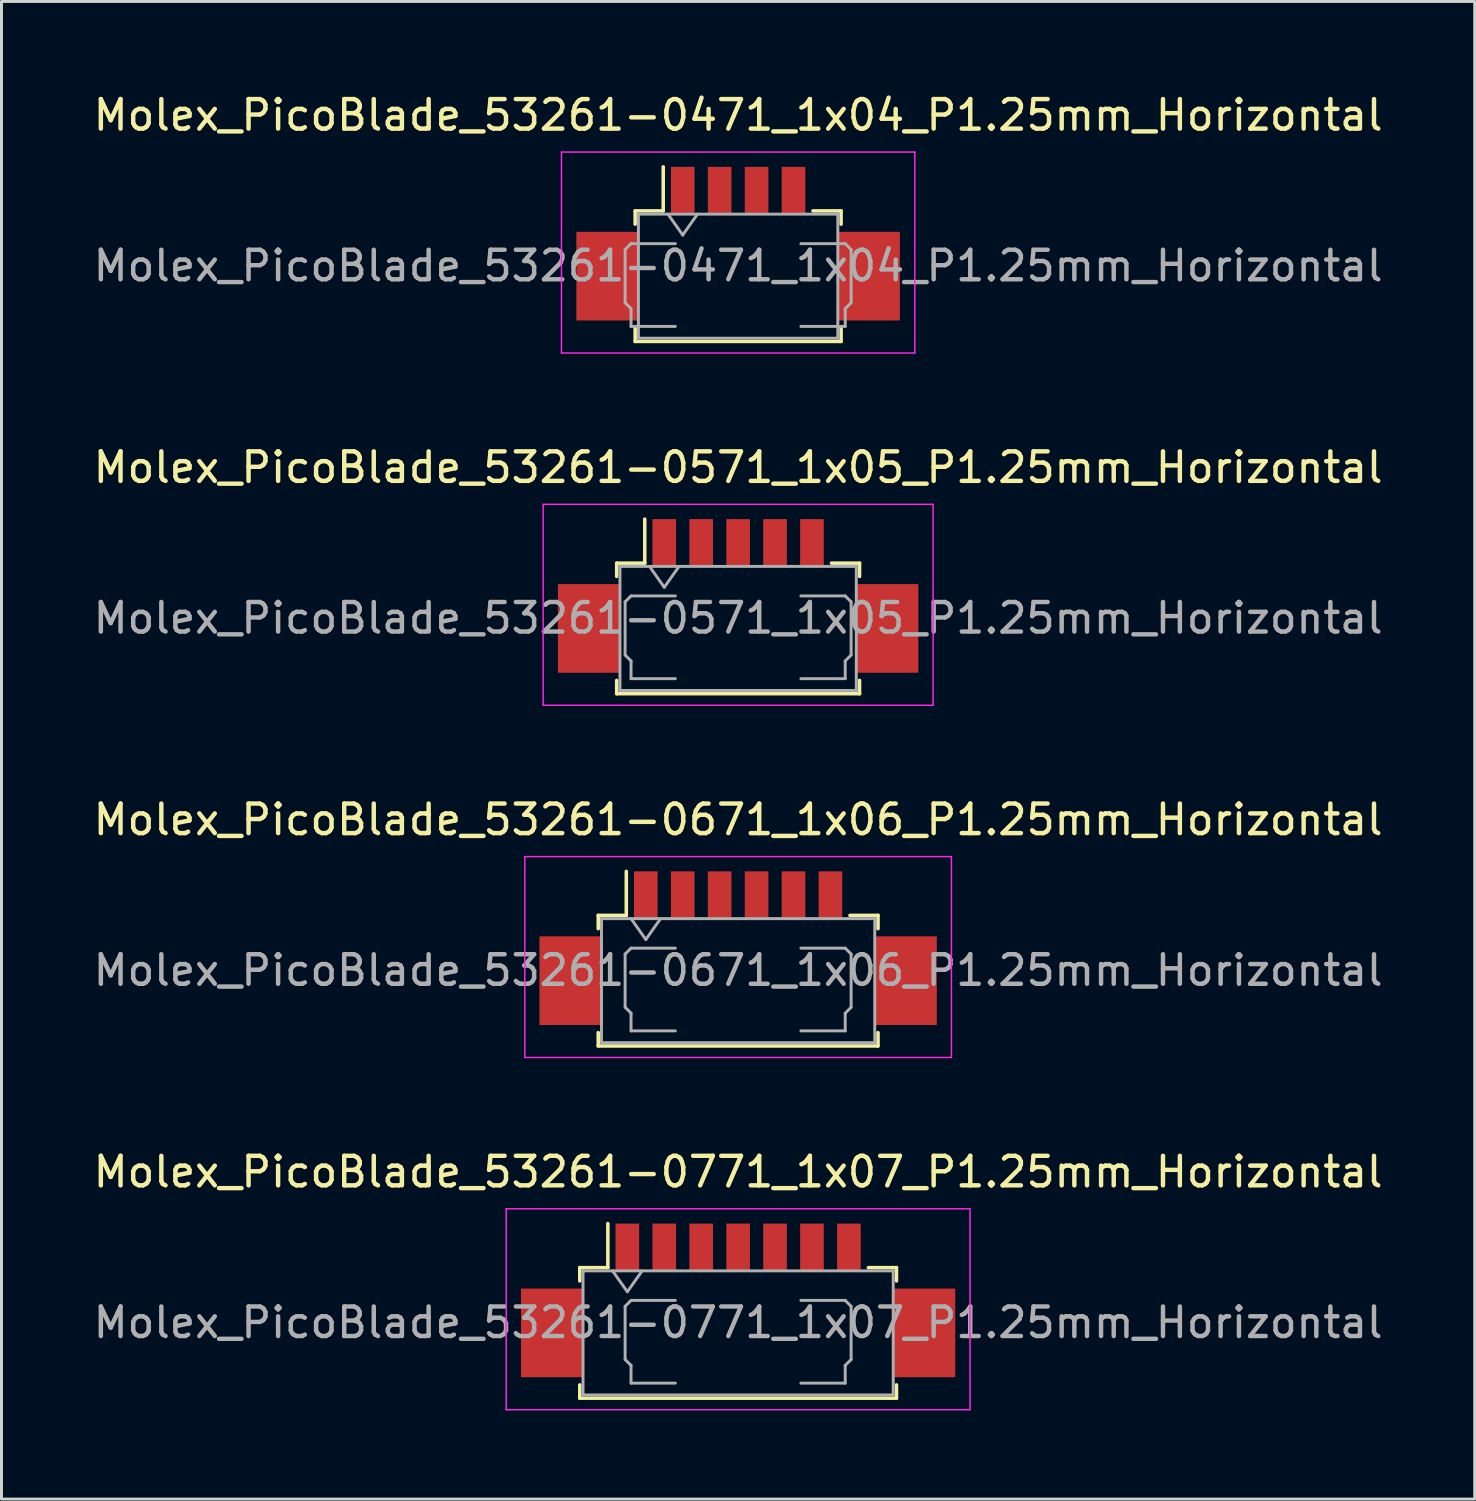
<source format=kicad_pcb>
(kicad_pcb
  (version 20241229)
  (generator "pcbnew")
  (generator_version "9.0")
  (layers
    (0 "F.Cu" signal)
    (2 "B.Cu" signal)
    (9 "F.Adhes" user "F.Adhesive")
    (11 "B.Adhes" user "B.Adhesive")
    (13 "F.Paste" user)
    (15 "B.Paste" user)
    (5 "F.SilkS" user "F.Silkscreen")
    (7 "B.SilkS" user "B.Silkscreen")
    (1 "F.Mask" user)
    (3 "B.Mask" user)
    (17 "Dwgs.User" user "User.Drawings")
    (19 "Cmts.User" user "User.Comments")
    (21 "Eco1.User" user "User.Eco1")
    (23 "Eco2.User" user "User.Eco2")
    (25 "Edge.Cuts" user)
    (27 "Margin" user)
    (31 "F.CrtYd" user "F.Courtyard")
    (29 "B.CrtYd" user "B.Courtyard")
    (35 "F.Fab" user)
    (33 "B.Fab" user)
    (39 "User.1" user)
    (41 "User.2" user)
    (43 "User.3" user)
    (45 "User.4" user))
  (footprint "Molex_PicoBlade_53261-0771_1x07_P1.25mm_Horizontal"
    (layer "F.Cu")
    (at 21.935 40.968)
    (property "Reference" "Molex_PicoBlade_53261-0771_1x07_P1.25mm_Horizontal" (at 0 -4.35 0) (layer "F.SilkS") (effects (font (size 1 1) (thickness 0.15))))
    (attr smd)
    (fp_line (start -5.36 -1.11) (end -4.41 -1.11) (stroke (width 0.12) (type solid)) (layer "F.SilkS"))
    (fp_line (start -5.36 -0.66) (end -5.36 -1.11) (stroke (width 0.12) (type solid)) (layer "F.SilkS"))
    (fp_line (start -5.36 2.86) (end -5.36 3.31) (stroke (width 0.12) (type solid)) (layer "F.SilkS"))
    (fp_line (start -5.36 3.31) (end 5.36 3.31) (stroke (width 0.12) (type solid)) (layer "F.SilkS"))
    (fp_line (start -4.41 -1.11) (end -4.41 -2.6) (stroke (width 0.12) (type solid)) (layer "F.SilkS"))
    (fp_line (start 5.36 -1.11) (end 4.41 -1.11) (stroke (width 0.12) (type solid)) (layer "F.SilkS"))
    (fp_line (start 5.36 -0.66) (end 5.36 -1.11) (stroke (width 0.12) (type solid)) (layer "F.SilkS"))
    (fp_line (start 5.36 3.31) (end 5.36 2.86) (stroke (width 0.12) (type solid)) (layer "F.SilkS"))
    (fp_line (start -7.85 -3.1) (end -7.85 3.7) (stroke (width 0.05) (type solid)) (layer "F.CrtYd"))
    (fp_line (start -7.85 3.7) (end 7.85 3.7) (stroke (width 0.05) (type solid)) (layer "F.CrtYd"))
    (fp_line (start 7.85 -3.1) (end -7.85 -3.1) (stroke (width 0.05) (type solid)) (layer "F.CrtYd"))
    (fp_line (start 7.85 3.7) (end 7.85 -3.1) (stroke (width 0.05) (type solid)) (layer "F.CrtYd"))
    (fp_line (start -5.25 -1) (end -5.25 3.2) (stroke (width 0.1) (type solid)) (layer "F.Fab"))
    (fp_line (start -5.25 -1) (end 5.25 -1) (stroke (width 0.1) (type solid)) (layer "F.Fab"))
    (fp_line (start -5.25 3.2) (end 5.25 3.2) (stroke (width 0.1) (type solid)) (layer "F.Fab"))
    (fp_line (start -4.25 -1) (end -3.75 -0.293) (stroke (width 0.1) (type solid)) (layer "F.Fab"))
    (fp_line (start -3.825 0.2) (end -3.825 2) (stroke (width 0.1) (type solid)) (layer "F.Fab"))
    (fp_line (start -3.825 2) (end -3.625 2.2) (stroke (width 0.1) (type solid)) (layer "F.Fab"))
    (fp_line (start -3.75 -0.293) (end -3.25 -1) (stroke (width 0.1) (type solid)) (layer "F.Fab"))
    (fp_line (start -3.625 0) (end -3.825 0.2) (stroke (width 0.1) (type solid)) (layer "F.Fab"))
    (fp_line (start -3.625 2.2) (end -3.625 2.8) (stroke (width 0.1) (type solid)) (layer "F.Fab"))
    (fp_line (start -3.625 2.8) (end -2.125 2.8) (stroke (width 0.1) (type solid)) (layer "F.Fab"))
    (fp_line (start -2.125 0) (end -3.625 0) (stroke (width 0.1) (type solid)) (layer "F.Fab"))
    (fp_line (start 2.125 0) (end 3.625 0) (stroke (width 0.1) (type solid)) (layer "F.Fab"))
    (fp_line (start 3.625 0) (end 3.825 0.2) (stroke (width 0.1) (type solid)) (layer "F.Fab"))
    (fp_line (start 3.625 2.2) (end 3.625 2.8) (stroke (width 0.1) (type solid)) (layer "F.Fab"))
    (fp_line (start 3.625 2.8) (end 2.125 2.8) (stroke (width 0.1) (type solid)) (layer "F.Fab"))
    (fp_line (start 3.825 0.2) (end 3.825 2) (stroke (width 0.1) (type solid)) (layer "F.Fab"))
    (fp_line (start 3.825 2) (end 3.625 2.2) (stroke (width 0.1) (type solid)) (layer "F.Fab"))
    (fp_line (start 5.25 -1) (end 5.25 3.2) (stroke (width 0.1) (type solid)) (layer "F.Fab"))
    (fp_text user "${REFERENCE}" (at 0 0.75 0) (layer "F.Fab") (effects (font (size 1 1) (thickness 0.15))))
    (pad "" smd rect (at -6.3 1.1) (size 2.1 3) (layers "F.Cu" "F.Mask" "F.Paste"))
    (pad "" smd rect (at 6.3 1.1) (size 2.1 3) (layers "F.Cu" "F.Mask" "F.Paste"))
    (pad "1" smd rect (at -3.75 -1.8) (size 0.8 1.6) (layers "F.Cu" "F.Mask" "F.Paste"))
    (pad "2" smd rect (at -2.5 -1.8) (size 0.8 1.6) (layers "F.Cu" "F.Mask" "F.Paste"))
    (pad "3" smd rect (at -1.25 -1.8) (size 0.8 1.6) (layers "F.Cu" "F.Mask" "F.Paste"))
    (pad "4" smd rect (at 0 -1.8) (size 0.8 1.6) (layers "F.Cu" "F.Mask" "F.Paste"))
    (pad "5" smd rect (at 1.25 -1.8) (size 0.8 1.6) (layers "F.Cu" "F.Mask" "F.Paste"))
    (pad "6" smd rect (at 2.5 -1.8) (size 0.8 1.6) (layers "F.Cu" "F.Mask" "F.Paste"))
    (pad "7" smd rect (at 3.75 -1.8) (size 0.8 1.6) (layers "F.Cu" "F.Mask" "F.Paste")))
  (footprint "Molex_PicoBlade_53261-0571_1x05_P1.25mm_Horizontal"
    (layer "F.Cu")
    (at 21.935 17.122)
    (property "Reference" "Molex_PicoBlade_53261-0571_1x05_P1.25mm_Horizontal" (at 0 -4.35 0) (layer "F.SilkS") (effects (font (size 1 1) (thickness 0.15))))
    (attr smd)
    (fp_line (start -4.11 -1.11) (end -3.16 -1.11) (stroke (width 0.12) (type solid)) (layer "F.SilkS"))
    (fp_line (start -4.11 -0.66) (end -4.11 -1.11) (stroke (width 0.12) (type solid)) (layer "F.SilkS"))
    (fp_line (start -4.11 2.86) (end -4.11 3.31) (stroke (width 0.12) (type solid)) (layer "F.SilkS"))
    (fp_line (start -4.11 3.31) (end 4.11 3.31) (stroke (width 0.12) (type solid)) (layer "F.SilkS"))
    (fp_line (start -3.16 -1.11) (end -3.16 -2.6) (stroke (width 0.12) (type solid)) (layer "F.SilkS"))
    (fp_line (start 4.11 -1.11) (end 3.16 -1.11) (stroke (width 0.12) (type solid)) (layer "F.SilkS"))
    (fp_line (start 4.11 -0.66) (end 4.11 -1.11) (stroke (width 0.12) (type solid)) (layer "F.SilkS"))
    (fp_line (start 4.11 3.31) (end 4.11 2.86) (stroke (width 0.12) (type solid)) (layer "F.SilkS"))
    (fp_line (start -6.6 -3.1) (end -6.6 3.7) (stroke (width 0.05) (type solid)) (layer "F.CrtYd"))
    (fp_line (start -6.6 3.7) (end 6.6 3.7) (stroke (width 0.05) (type solid)) (layer "F.CrtYd"))
    (fp_line (start 6.6 -3.1) (end -6.6 -3.1) (stroke (width 0.05) (type solid)) (layer "F.CrtYd"))
    (fp_line (start 6.6 3.7) (end 6.6 -3.1) (stroke (width 0.05) (type solid)) (layer "F.CrtYd"))
    (fp_line (start -4 -1) (end -4 3.2) (stroke (width 0.1) (type solid)) (layer "F.Fab"))
    (fp_line (start -4 -1) (end 4 -1) (stroke (width 0.1) (type solid)) (layer "F.Fab"))
    (fp_line (start -4 3.2) (end 4 3.2) (stroke (width 0.1) (type solid)) (layer "F.Fab"))
    (fp_line (start -3.825 0.2) (end -3.825 2) (stroke (width 0.1) (type solid)) (layer "F.Fab"))
    (fp_line (start -3.825 2) (end -3.625 2.2) (stroke (width 0.1) (type solid)) (layer "F.Fab"))
    (fp_line (start -3.625 0) (end -3.825 0.2) (stroke (width 0.1) (type solid)) (layer "F.Fab"))
    (fp_line (start -3.625 2.2) (end -3.625 2.8) (stroke (width 0.1) (type solid)) (layer "F.Fab"))
    (fp_line (start -3.625 2.8) (end -2.125 2.8) (stroke (width 0.1) (type solid)) (layer "F.Fab"))
    (fp_line (start -3 -1) (end -2.5 -0.293) (stroke (width 0.1) (type solid)) (layer "F.Fab"))
    (fp_line (start -2.5 -0.293) (end -2 -1) (stroke (width 0.1) (type solid)) (layer "F.Fab"))
    (fp_line (start -2.125 0) (end -3.625 0) (stroke (width 0.1) (type solid)) (layer "F.Fab"))
    (fp_line (start 2.125 0) (end 3.625 0) (stroke (width 0.1) (type solid)) (layer "F.Fab"))
    (fp_line (start 3.625 0) (end 3.825 0.2) (stroke (width 0.1) (type solid)) (layer "F.Fab"))
    (fp_line (start 3.625 2.2) (end 3.625 2.8) (stroke (width 0.1) (type solid)) (layer "F.Fab"))
    (fp_line (start 3.625 2.8) (end 2.125 2.8) (stroke (width 0.1) (type solid)) (layer "F.Fab"))
    (fp_line (start 3.825 0.2) (end 3.825 2) (stroke (width 0.1) (type solid)) (layer "F.Fab"))
    (fp_line (start 3.825 2) (end 3.625 2.2) (stroke (width 0.1) (type solid)) (layer "F.Fab"))
    (fp_line (start 4 -1) (end 4 3.2) (stroke (width 0.1) (type solid)) (layer "F.Fab"))
    (fp_text user "${REFERENCE}" (at 0 0.75 0) (layer "F.Fab") (effects (font (size 1 1) (thickness 0.15))))
    (pad "" smd rect (at -5.05 1.1) (size 2.1 3) (layers "F.Cu" "F.Mask" "F.Paste"))
    (pad "" smd rect (at 5.05 1.1) (size 2.1 3) (layers "F.Cu" "F.Mask" "F.Paste"))
    (pad "1" smd rect (at -2.5 -1.8) (size 0.8 1.6) (layers "F.Cu" "F.Mask" "F.Paste"))
    (pad "2" smd rect (at -1.25 -1.8) (size 0.8 1.6) (layers "F.Cu" "F.Mask" "F.Paste"))
    (pad "3" smd rect (at 0 -1.8) (size 0.8 1.6) (layers "F.Cu" "F.Mask" "F.Paste"))
    (pad "4" smd rect (at 1.25 -1.8) (size 0.8 1.6) (layers "F.Cu" "F.Mask" "F.Paste"))
    (pad "5" smd rect (at 2.5 -1.8) (size 0.8 1.6) (layers "F.Cu" "F.Mask" "F.Paste")))
  (footprint "Molex_PicoBlade_53261-0671_1x06_P1.25mm_Horizontal"
    (layer "F.Cu")
    (at 21.935 29.045)
    (property "Reference" "Molex_PicoBlade_53261-0671_1x06_P1.25mm_Horizontal" (at 0 -4.35 0) (layer "F.SilkS") (effects (font (size 1 1) (thickness 0.15))))
    (attr smd)
    (fp_line (start -4.735 -1.11) (end -3.785 -1.11) (stroke (width 0.12) (type solid)) (layer "F.SilkS"))
    (fp_line (start -4.735 -0.66) (end -4.735 -1.11) (stroke (width 0.12) (type solid)) (layer "F.SilkS"))
    (fp_line (start -4.735 2.86) (end -4.735 3.31) (stroke (width 0.12) (type solid)) (layer "F.SilkS"))
    (fp_line (start -4.735 3.31) (end 4.735 3.31) (stroke (width 0.12) (type solid)) (layer "F.SilkS"))
    (fp_line (start -3.785 -1.11) (end -3.785 -2.6) (stroke (width 0.12) (type solid)) (layer "F.SilkS"))
    (fp_line (start 4.735 -1.11) (end 3.785 -1.11) (stroke (width 0.12) (type solid)) (layer "F.SilkS"))
    (fp_line (start 4.735 -0.66) (end 4.735 -1.11) (stroke (width 0.12) (type solid)) (layer "F.SilkS"))
    (fp_line (start 4.735 3.31) (end 4.735 2.86) (stroke (width 0.12) (type solid)) (layer "F.SilkS"))
    (fp_line (start -7.22 -3.1) (end -7.22 3.7) (stroke (width 0.05) (type solid)) (layer "F.CrtYd"))
    (fp_line (start -7.22 3.7) (end 7.22 3.7) (stroke (width 0.05) (type solid)) (layer "F.CrtYd"))
    (fp_line (start 7.22 -3.1) (end -7.22 -3.1) (stroke (width 0.05) (type solid)) (layer "F.CrtYd"))
    (fp_line (start 7.22 3.7) (end 7.22 -3.1) (stroke (width 0.05) (type solid)) (layer "F.CrtYd"))
    (fp_line (start -4.625 -1) (end -4.625 3.2) (stroke (width 0.1) (type solid)) (layer "F.Fab"))
    (fp_line (start -4.625 -1) (end 4.625 -1) (stroke (width 0.1) (type solid)) (layer "F.Fab"))
    (fp_line (start -4.625 3.2) (end 4.625 3.2) (stroke (width 0.1) (type solid)) (layer "F.Fab"))
    (fp_line (start -3.825 0.2) (end -3.825 2) (stroke (width 0.1) (type solid)) (layer "F.Fab"))
    (fp_line (start -3.825 2) (end -3.625 2.2) (stroke (width 0.1) (type solid)) (layer "F.Fab"))
    (fp_line (start -3.625 -1) (end -3.125 -0.293) (stroke (width 0.1) (type solid)) (layer "F.Fab"))
    (fp_line (start -3.625 0) (end -3.825 0.2) (stroke (width 0.1) (type solid)) (layer "F.Fab"))
    (fp_line (start -3.625 2.2) (end -3.625 2.8) (stroke (width 0.1) (type solid)) (layer "F.Fab"))
    (fp_line (start -3.625 2.8) (end -2.125 2.8) (stroke (width 0.1) (type solid)) (layer "F.Fab"))
    (fp_line (start -3.125 -0.293) (end -2.625 -1) (stroke (width 0.1) (type solid)) (layer "F.Fab"))
    (fp_line (start -2.125 0) (end -3.625 0) (stroke (width 0.1) (type solid)) (layer "F.Fab"))
    (fp_line (start 2.125 0) (end 3.625 0) (stroke (width 0.1) (type solid)) (layer "F.Fab"))
    (fp_line (start 3.625 0) (end 3.825 0.2) (stroke (width 0.1) (type solid)) (layer "F.Fab"))
    (fp_line (start 3.625 2.2) (end 3.625 2.8) (stroke (width 0.1) (type solid)) (layer "F.Fab"))
    (fp_line (start 3.625 2.8) (end 2.125 2.8) (stroke (width 0.1) (type solid)) (layer "F.Fab"))
    (fp_line (start 3.825 0.2) (end 3.825 2) (stroke (width 0.1) (type solid)) (layer "F.Fab"))
    (fp_line (start 3.825 2) (end 3.625 2.2) (stroke (width 0.1) (type solid)) (layer "F.Fab"))
    (fp_line (start 4.625 -1) (end 4.625 3.2) (stroke (width 0.1) (type solid)) (layer "F.Fab"))
    (fp_text user "${REFERENCE}" (at 0 0.75 0) (layer "F.Fab") (effects (font (size 1 1) (thickness 0.15))))
    (pad "" smd rect (at -5.675 1.1) (size 2.1 3) (layers "F.Cu" "F.Mask" "F.Paste"))
    (pad "" smd rect (at 5.675 1.1) (size 2.1 3) (layers "F.Cu" "F.Mask" "F.Paste"))
    (pad "1" smd rect (at -3.125 -1.8) (size 0.8 1.6) (layers "F.Cu" "F.Mask" "F.Paste"))
    (pad "2" smd rect (at -1.875 -1.8) (size 0.8 1.6) (layers "F.Cu" "F.Mask" "F.Paste"))
    (pad "3" smd rect (at -0.625 -1.8) (size 0.8 1.6) (layers "F.Cu" "F.Mask" "F.Paste"))
    (pad "4" smd rect (at 0.625 -1.8) (size 0.8 1.6) (layers "F.Cu" "F.Mask" "F.Paste"))
    (pad "5" smd rect (at 1.875 -1.8) (size 0.8 1.6) (layers "F.Cu" "F.Mask" "F.Paste"))
    (pad "6" smd rect (at 3.125 -1.8) (size 0.8 1.6) (layers "F.Cu" "F.Mask" "F.Paste")))
  (footprint "Molex_PicoBlade_53261-0471_1x04_P1.25mm_Horizontal"
    (layer "F.Cu")
    (at 21.935 5.198)
    (property "Reference" "Molex_PicoBlade_53261-0471_1x04_P1.25mm_Horizontal" (at 0 -4.35 0) (layer "F.SilkS") (effects (font (size 1 1) (thickness 0.15))))
    (attr smd)
    (fp_line (start -3.485 -1.11) (end -2.535 -1.11) (stroke (width 0.12) (type solid)) (layer "F.SilkS"))
    (fp_line (start -3.485 -0.66) (end -3.485 -1.11) (stroke (width 0.12) (type solid)) (layer "F.SilkS"))
    (fp_line (start -3.485 2.86) (end -3.485 3.31) (stroke (width 0.12) (type solid)) (layer "F.SilkS"))
    (fp_line (start -3.485 3.31) (end 3.485 3.31) (stroke (width 0.12) (type solid)) (layer "F.SilkS"))
    (fp_line (start -2.535 -1.11) (end -2.535 -2.6) (stroke (width 0.12) (type solid)) (layer "F.SilkS"))
    (fp_line (start 3.485 -1.11) (end 2.535 -1.11) (stroke (width 0.12) (type solid)) (layer "F.SilkS"))
    (fp_line (start 3.485 -0.66) (end 3.485 -1.11) (stroke (width 0.12) (type solid)) (layer "F.SilkS"))
    (fp_line (start 3.485 3.31) (end 3.485 2.86) (stroke (width 0.12) (type solid)) (layer "F.SilkS"))
    (fp_line (start -5.98 -3.1) (end -5.98 3.7) (stroke (width 0.05) (type solid)) (layer "F.CrtYd"))
    (fp_line (start -5.98 3.7) (end 5.98 3.7) (stroke (width 0.05) (type solid)) (layer "F.CrtYd"))
    (fp_line (start 5.98 -3.1) (end -5.98 -3.1) (stroke (width 0.05) (type solid)) (layer "F.CrtYd"))
    (fp_line (start 5.98 3.7) (end 5.98 -3.1) (stroke (width 0.05) (type solid)) (layer "F.CrtYd"))
    (fp_line (start -3.825 0.2) (end -3.825 2) (stroke (width 0.1) (type solid)) (layer "F.Fab"))
    (fp_line (start -3.825 2) (end -3.625 2.2) (stroke (width 0.1) (type solid)) (layer "F.Fab"))
    (fp_line (start -3.625 0) (end -3.825 0.2) (stroke (width 0.1) (type solid)) (layer "F.Fab"))
    (fp_line (start -3.625 2.2) (end -3.625 2.8) (stroke (width 0.1) (type solid)) (layer "F.Fab"))
    (fp_line (start -3.625 2.8) (end -2.125 2.8) (stroke (width 0.1) (type solid)) (layer "F.Fab"))
    (fp_line (start -3.375 -1) (end -3.375 3.2) (stroke (width 0.1) (type solid)) (layer "F.Fab"))
    (fp_line (start -3.375 -1) (end 3.375 -1) (stroke (width 0.1) (type solid)) (layer "F.Fab"))
    (fp_line (start -3.375 3.2) (end 3.375 3.2) (stroke (width 0.1) (type solid)) (layer "F.Fab"))
    (fp_line (start -2.375 -1) (end -1.875 -0.293) (stroke (width 0.1) (type solid)) (layer "F.Fab"))
    (fp_line (start -2.125 0) (end -3.625 0) (stroke (width 0.1) (type solid)) (layer "F.Fab"))
    (fp_line (start -1.875 -0.293) (end -1.375 -1) (stroke (width 0.1) (type solid)) (layer "F.Fab"))
    (fp_line (start 2.125 0) (end 3.625 0) (stroke (width 0.1) (type solid)) (layer "F.Fab"))
    (fp_line (start 3.375 -1) (end 3.375 3.2) (stroke (width 0.1) (type solid)) (layer "F.Fab"))
    (fp_line (start 3.625 0) (end 3.825 0.2) (stroke (width 0.1) (type solid)) (layer "F.Fab"))
    (fp_line (start 3.625 2.2) (end 3.625 2.8) (stroke (width 0.1) (type solid)) (layer "F.Fab"))
    (fp_line (start 3.625 2.8) (end 2.125 2.8) (stroke (width 0.1) (type solid)) (layer "F.Fab"))
    (fp_line (start 3.825 0.2) (end 3.825 2) (stroke (width 0.1) (type solid)) (layer "F.Fab"))
    (fp_line (start 3.825 2) (end 3.625 2.2) (stroke (width 0.1) (type solid)) (layer "F.Fab"))
    (fp_text user "${REFERENCE}" (at 0 0.75 0) (layer "F.Fab") (effects (font (size 1 1) (thickness 0.15))))
    (pad "" smd rect (at -4.425 1.1) (size 2.1 3) (layers "F.Cu" "F.Mask" "F.Paste"))
    (pad "" smd rect (at 4.425 1.1) (size 2.1 3) (layers "F.Cu" "F.Mask" "F.Paste"))
    (pad "1" smd rect (at -1.875 -1.8) (size 0.8 1.6) (layers "F.Cu" "F.Mask" "F.Paste"))
    (pad "2" smd rect (at -0.625 -1.8) (size 0.8 1.6) (layers "F.Cu" "F.Mask" "F.Paste"))
    (pad "3" smd rect (at 0.625 -1.8) (size 0.8 1.6) (layers "F.Cu" "F.Mask" "F.Paste"))
    (pad "4" smd rect (at 1.875 -1.8) (size 0.8 1.6) (layers "F.Cu" "F.Mask" "F.Paste")))
  (gr_rect
    (start -3 -3)
    (end 46.869 47.693)
    (stroke (width 0.1) (type default))
    (fill no)
    (layer "Edge.Cuts")))
</source>
